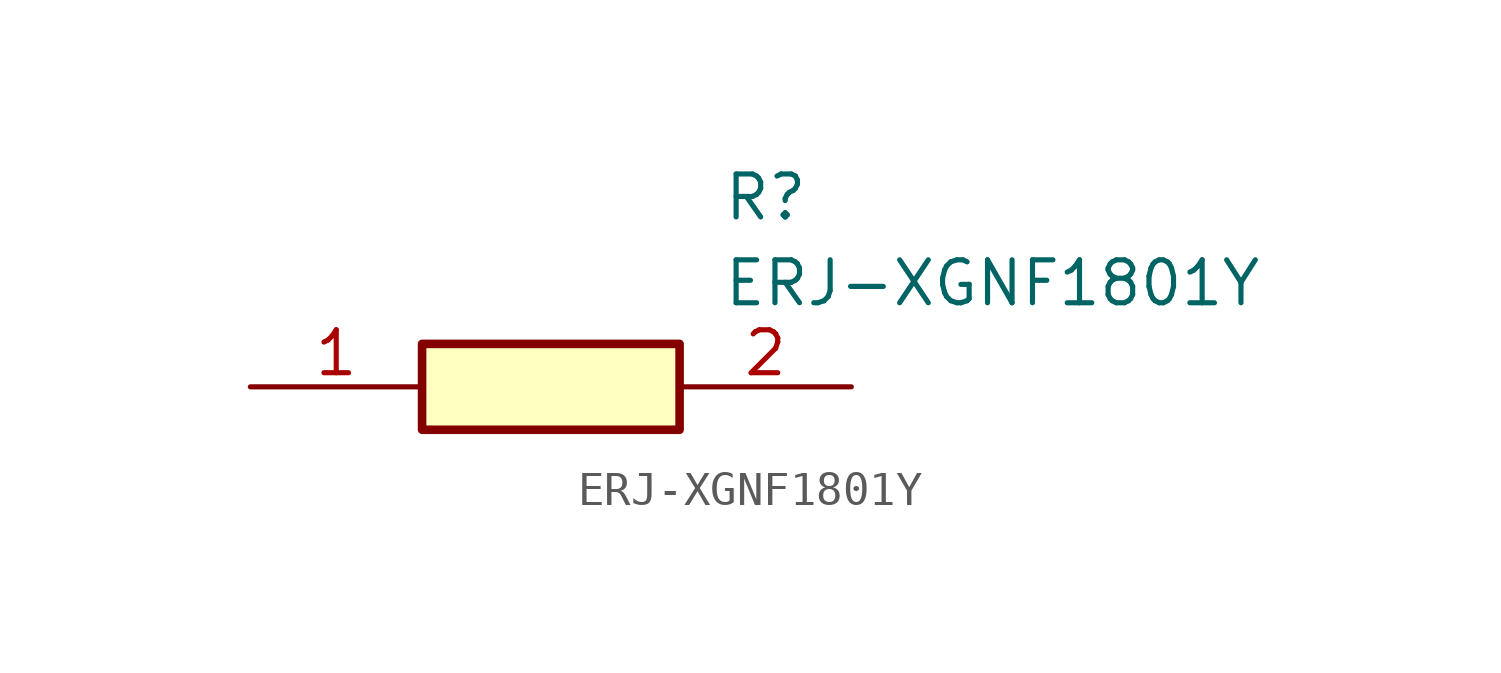
<source format=kicad_sym>
(kicad_symbol_lib
  (version 20211014)
  (generator SamacSys_ECAD_Model)
  (symbol "ERJ-XGNF1801Y"
    (pin_names hide)
    (property "Reference" "R"
      (at 13.97 6.35 0)
      (effects (font (size 1.27 1.27)) (justify left top)))
    (property "Value" "ERJ-XGNF1801Y"
      (at 13.97 3.81 0)
      (effects (font (size 1.27 1.27)) (justify left top)))
    (rectangle
      (start 5.08 1.27)
      (end 12.7 -1.27)
      (stroke (width 0.254) (type default))
      (fill (type background)))
    (pin passive line
      (at 0 0 0)
      (length 5.08)
      (name "1" (effects (font (size 1.27 1.27))))
      (number "1" (effects (font (size 1.27 1.27)))))
    (pin passive line
      (at 17.78 0 180)
      (length 5.08)
      (name "2" (effects (font (size 1.27 1.27))))
      (number "2" (effects (font (size 1.27 1.27)))))))
</source>
